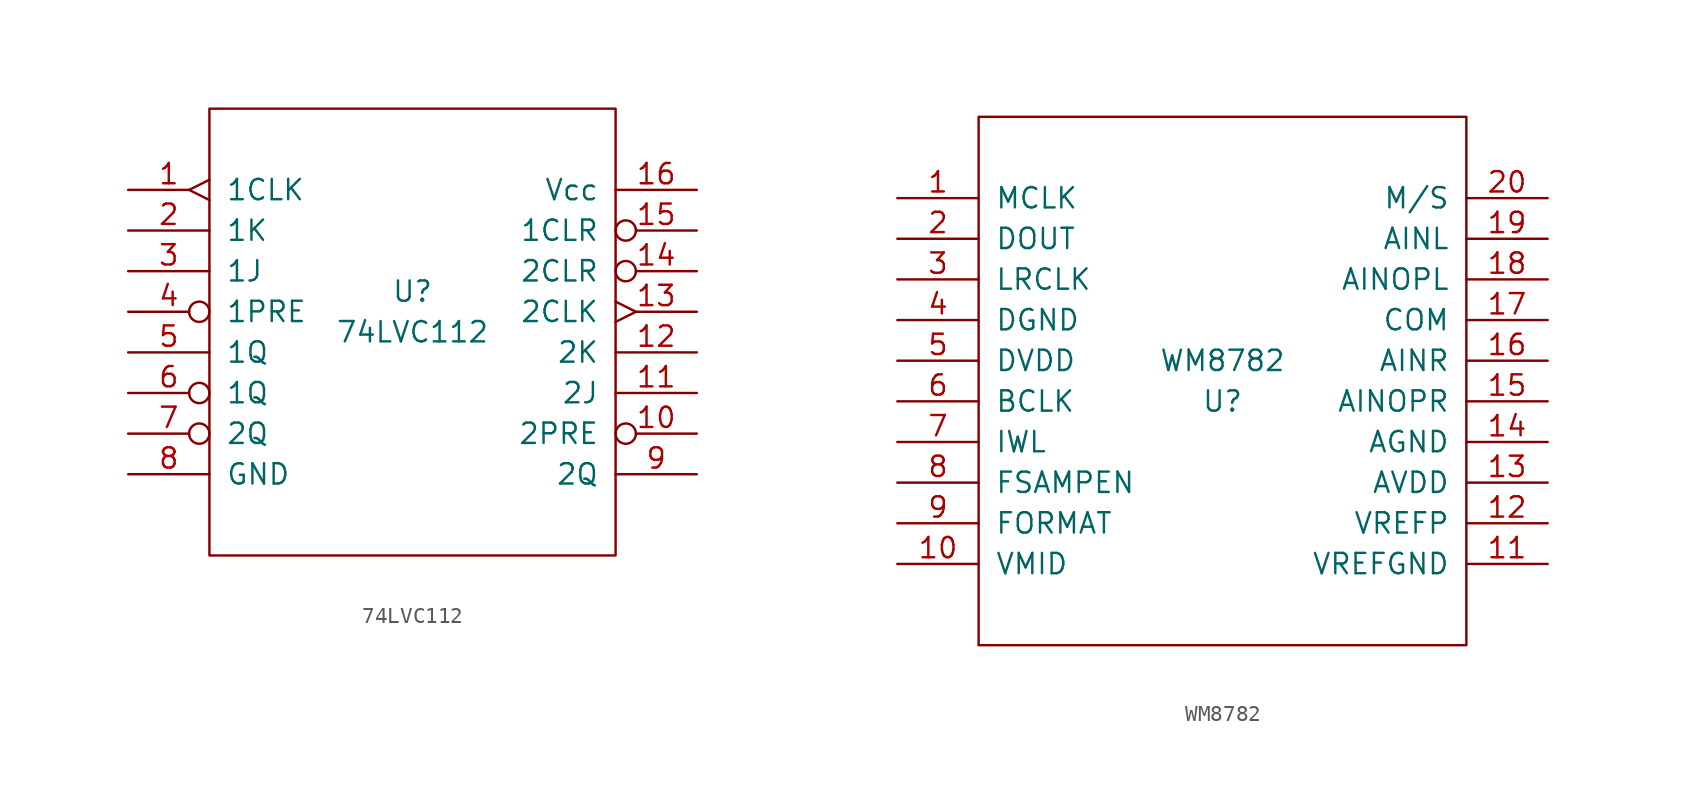
<source format=kicad_sym>
(kicad_symbol_lib
  (version 20211014)
  (generator kicad_symbol_editor)
  (symbol "74LVC112"
    (pin_names
      (offset 1.016))
    (property "Reference" "U"
      (at 0 2.54 0)
      (effects (font (size 1.27 1.27))))
    (property "Value" "74LVC112"
      (at 0 0 0)
      (effects (font (size 1.27 1.27))))
    (symbol "74LVC112_0_1"
      (rectangle (start -12.7 13.97) (end 12.7 -13.97) (stroke (width 0) (type default) (color 0 0 0 0)) (fill (type none))))
    (symbol "74LVC112_1_1"
      (pin input edge_clock_high (at -17.78 8.89 0) (length 5.08) (name "1CLK" (effects (font (size 1.27 1.27)))) (number "1" (effects (font (size 1.27 1.27)))))
      (pin input inverted (at 17.78 -6.35 180) (length 5.08) (name "2PRE" (effects (font (size 1.27 1.27)))) (number "10" (effects (font (size 1.27 1.27)))))
      (pin input line (at 17.78 -3.81 180) (length 5.08) (name "2J" (effects (font (size 1.27 1.27)))) (number "11" (effects (font (size 1.27 1.27)))))
      (pin input line (at 17.78 -1.27 180) (length 5.08) (name "2K" (effects (font (size 1.27 1.27)))) (number "12" (effects (font (size 1.27 1.27)))))
      (pin input edge_clock_high (at 17.78 1.27 180) (length 5.08) (name "2CLK" (effects (font (size 1.27 1.27)))) (number "13" (effects (font (size 1.27 1.27)))))
      (pin input inverted (at 17.78 3.81 180) (length 5.08) (name "2CLR" (effects (font (size 1.27 1.27)))) (number "14" (effects (font (size 1.27 1.27)))))
      (pin input inverted (at 17.78 6.35 180) (length 5.08) (name "1CLR" (effects (font (size 1.27 1.27)))) (number "15" (effects (font (size 1.27 1.27)))))
      (pin power_in line (at 17.78 8.89 180) (length 5.08) (name "Vcc" (effects (font (size 1.27 1.27)))) (number "16" (effects (font (size 1.27 1.27)))))
      (pin input line (at -17.78 6.35 0) (length 5.08) (name "1K" (effects (font (size 1.27 1.27)))) (number "2" (effects (font (size 1.27 1.27)))))
      (pin input line (at -17.78 3.81 0) (length 5.08) (name "1J" (effects (font (size 1.27 1.27)))) (number "3" (effects (font (size 1.27 1.27)))))
      (pin input inverted (at -17.78 1.27 0) (length 5.08) (name "1PRE" (effects (font (size 1.27 1.27)))) (number "4" (effects (font (size 1.27 1.27)))))
      (pin output line (at -17.78 -1.27 0) (length 5.08) (name "1Q" (effects (font (size 1.27 1.27)))) (number "5" (effects (font (size 1.27 1.27)))))
      (pin output inverted (at -17.78 -3.81 0) (length 5.08) (name "1Q" (effects (font (size 1.27 1.27)))) (number "6" (effects (font (size 1.27 1.27)))))
      (pin output inverted (at -17.78 -6.35 0) (length 5.08) (name "2Q" (effects (font (size 1.27 1.27)))) (number "7" (effects (font (size 1.27 1.27)))))
      (pin power_in line (at -17.78 -8.89 0) (length 5.08) (name "GND" (effects (font (size 1.27 1.27)))) (number "8" (effects (font (size 1.27 1.27)))))
      (pin output line (at 17.78 -8.89 180) (length 5.08) (name "2Q" (effects (font (size 1.27 1.27)))) (number "9" (effects (font (size 1.27 1.27)))))))
  (symbol "WM8782"
    (pin_names
      (offset 1.016))
    (property "Reference" "U"
      (at 0 -1.27 0)
      (effects (font (size 1.27 1.27))))
    (property "Value" "WM8782"
      (at 0 1.27 0)
      (effects (font (size 1.27 1.27))))
    (symbol "WM8782_0_1"
      (rectangle (start -15.24 16.51) (end 15.24 -16.51) (stroke (width 0) (type default) (color 0 0 0 0)) (fill (type none))))
    (symbol "WM8782_1_1"
      (pin input line (at -20.32 11.43 0) (length 5.08) (name "MCLK" (effects (font (size 1.27 1.27)))) (number "1" (effects (font (size 1.27 1.27)))))
      (pin power_out line (at -20.32 -11.43 0) (length 5.08) (name "VMID" (effects (font (size 1.27 1.27)))) (number "10" (effects (font (size 1.27 1.27)))))
      (pin power_in line (at 20.32 -11.43 180) (length 5.08) (name "VREFGND" (effects (font (size 1.27 1.27)))) (number "11" (effects (font (size 1.27 1.27)))))
      (pin power_out line (at 20.32 -8.89 180) (length 5.08) (name "VREFP" (effects (font (size 1.27 1.27)))) (number "12" (effects (font (size 1.27 1.27)))))
      (pin power_in line (at 20.32 -6.35 180) (length 5.08) (name "AVDD" (effects (font (size 1.27 1.27)))) (number "13" (effects (font (size 1.27 1.27)))))
      (pin power_in line (at 20.32 -3.81 180) (length 5.08) (name "AGND" (effects (font (size 1.27 1.27)))) (number "14" (effects (font (size 1.27 1.27)))))
      (pin output line (at 20.32 -1.27 180) (length 5.08) (name "AINOPR" (effects (font (size 1.27 1.27)))) (number "15" (effects (font (size 1.27 1.27)))))
      (pin input line (at 20.32 1.27 180) (length 5.08) (name "AINR" (effects (font (size 1.27 1.27)))) (number "16" (effects (font (size 1.27 1.27)))))
      (pin input line (at 20.32 3.81 180) (length 5.08) (name "COM" (effects (font (size 1.27 1.27)))) (number "17" (effects (font (size 1.27 1.27)))))
      (pin output line (at 20.32 6.35 180) (length 5.08) (name "AINOPL" (effects (font (size 1.27 1.27)))) (number "18" (effects (font (size 1.27 1.27)))))
      (pin input line (at 20.32 8.89 180) (length 5.08) (name "AINL" (effects (font (size 1.27 1.27)))) (number "19" (effects (font (size 1.27 1.27)))))
      (pin output line (at -20.32 8.89 0) (length 5.08) (name "DOUT" (effects (font (size 1.27 1.27)))) (number "2" (effects (font (size 1.27 1.27)))))
      (pin input line (at 20.32 11.43 180) (length 5.08) (name "M/S" (effects (font (size 1.27 1.27)))) (number "20" (effects (font (size 1.27 1.27)))))
      (pin bidirectional line (at -20.32 6.35 0) (length 5.08) (name "LRCLK" (effects (font (size 1.27 1.27)))) (number "3" (effects (font (size 1.27 1.27)))))
      (pin power_in line (at -20.32 3.81 0) (length 5.08) (name "DGND" (effects (font (size 1.27 1.27)))) (number "4" (effects (font (size 1.27 1.27)))))
      (pin power_in line (at -20.32 1.27 0) (length 5.08) (name "DVDD" (effects (font (size 1.27 1.27)))) (number "5" (effects (font (size 1.27 1.27)))))
      (pin bidirectional line (at -20.32 -1.27 0) (length 5.08) (name "BCLK" (effects (font (size 1.27 1.27)))) (number "6" (effects (font (size 1.27 1.27)))))
      (pin passive line (at -20.32 -3.81 0) (length 5.08) (name "IWL" (effects (font (size 1.27 1.27)))) (number "7" (effects (font (size 1.27 1.27)))))
      (pin passive line (at -20.32 -6.35 0) (length 5.08) (name "FSAMPEN" (effects (font (size 1.27 1.27)))) (number "8" (effects (font (size 1.27 1.27)))))
      (pin passive line (at -20.32 -8.89 0) (length 5.08) (name "FORMAT" (effects (font (size 1.27 1.27)))) (number "9" (effects (font (size 1.27 1.27))))))))
</source>
